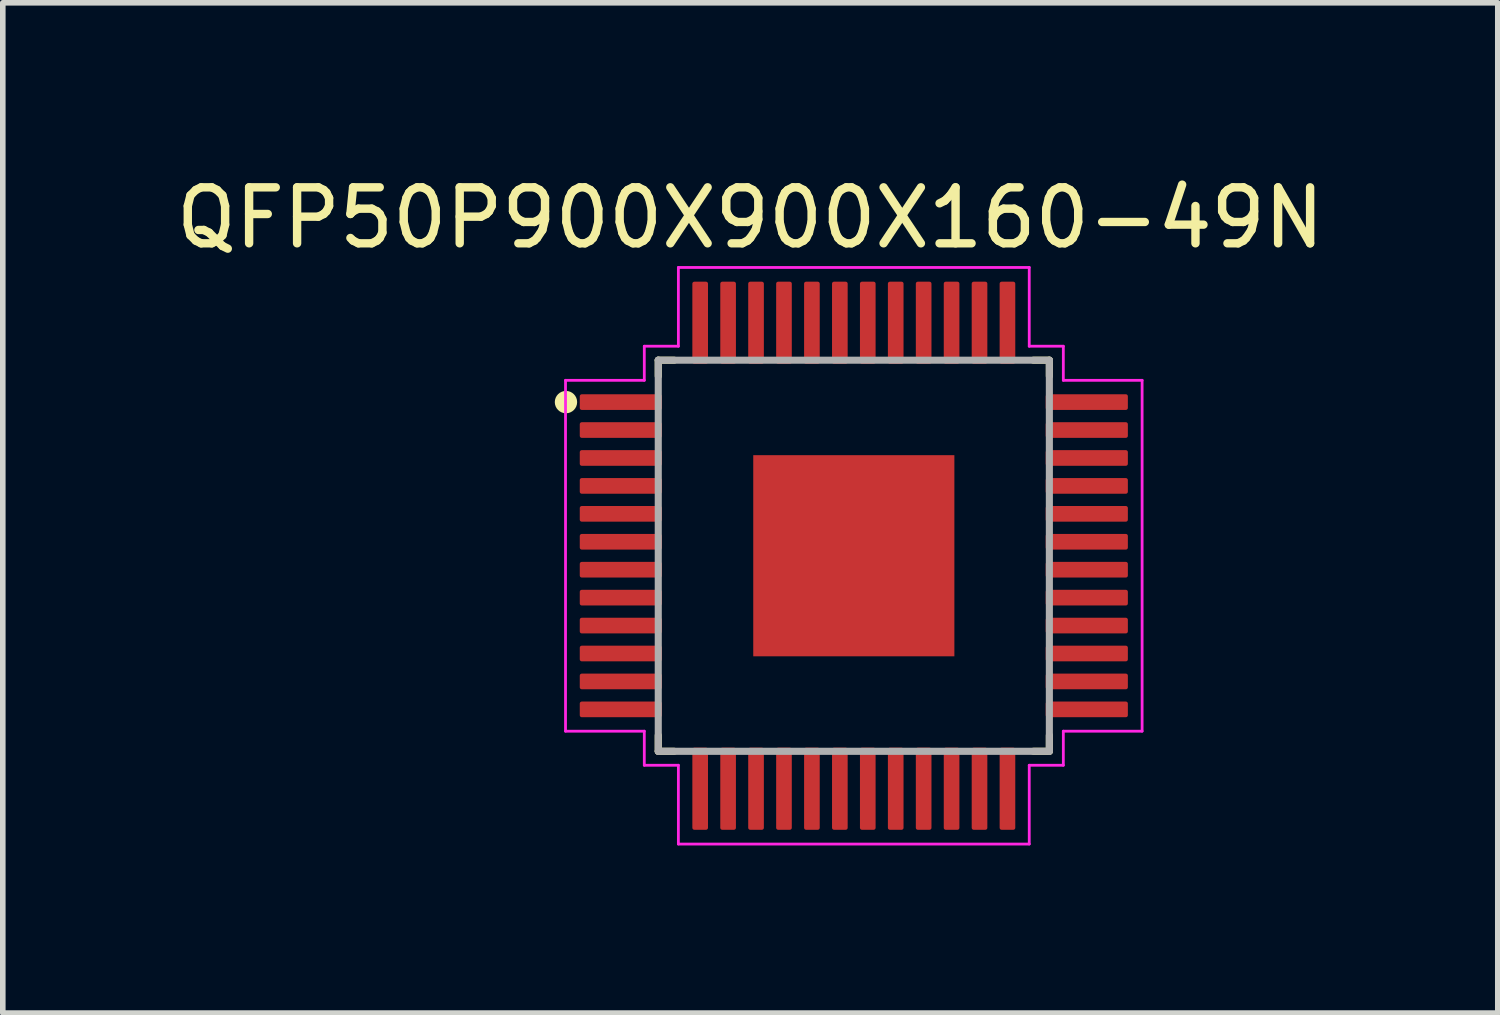
<source format=kicad_pcb>
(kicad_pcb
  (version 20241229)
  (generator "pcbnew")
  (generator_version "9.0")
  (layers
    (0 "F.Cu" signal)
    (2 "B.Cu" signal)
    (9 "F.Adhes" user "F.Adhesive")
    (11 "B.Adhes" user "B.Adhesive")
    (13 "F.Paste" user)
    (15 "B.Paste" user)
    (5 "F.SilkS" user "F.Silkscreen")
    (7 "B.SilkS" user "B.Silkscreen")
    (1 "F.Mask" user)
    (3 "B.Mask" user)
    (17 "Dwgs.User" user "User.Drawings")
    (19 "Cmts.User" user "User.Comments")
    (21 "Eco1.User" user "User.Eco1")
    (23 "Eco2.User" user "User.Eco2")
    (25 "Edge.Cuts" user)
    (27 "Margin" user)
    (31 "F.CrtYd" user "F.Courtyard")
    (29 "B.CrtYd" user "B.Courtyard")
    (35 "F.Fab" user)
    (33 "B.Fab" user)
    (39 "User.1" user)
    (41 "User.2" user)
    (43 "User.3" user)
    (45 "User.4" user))
  (footprint "QFP50P900X900X160-49N"
    (layer "F.Cu")
    (at 12.232 6.897)
    (property "Reference" "QFP50P900X900X160-49N" (at -1.853 -6.048 0) (layer "F.SilkS") (effects (font (size 1.002 1.002) (thickness 0.15))))
    (attr smd)
    (fp_line (start -3.5 -3.5) (end -3.5 -3.215) (stroke (width 0.127) (type solid)) (layer "F.SilkS"))
    (fp_line (start -3.5 -3.5) (end -3.215 -3.5) (stroke (width 0.127) (type solid)) (layer "F.SilkS"))
    (fp_line (start -3.5 3.5) (end -3.5 3.215) (stroke (width 0.127) (type solid)) (layer "F.SilkS"))
    (fp_line (start -3.5 3.5) (end -3.215 3.5) (stroke (width 0.127) (type solid)) (layer "F.SilkS"))
    (fp_line (start 3.5 -3.5) (end 3.215 -3.5) (stroke (width 0.127) (type solid)) (layer "F.SilkS"))
    (fp_line (start 3.5 -3.5) (end 3.5 -3.215) (stroke (width 0.127) (type solid)) (layer "F.SilkS"))
    (fp_line (start 3.5 3.5) (end 3.215 3.5) (stroke (width 0.127) (type solid)) (layer "F.SilkS"))
    (fp_line (start 3.5 3.5) (end 3.5 3.215) (stroke (width 0.127) (type solid)) (layer "F.SilkS"))
    (fp_circle (center -5.152 -2.75) (end -5.052 -2.75) (stroke (width 0.2) (type solid)) (fill no) (layer "F.SilkS"))
    (fp_poly (pts (xy -1.447 -1.445) (xy -0.175 -1.445) (xy -0.175 -0.175) (xy -1.447 -0.175)) (stroke (width 0.01) (type solid)) (fill yes) (layer "F.Paste"))
    (fp_poly (pts (xy -1.447 0.175) (xy -0.175 0.175) (xy -0.175 1.447) (xy -1.447 1.447)) (stroke (width 0.01) (type solid)) (fill yes) (layer "F.Paste"))
    (fp_poly (pts (xy 0.175 0.175) (xy 1.445 0.175) (xy 1.445 1.446) (xy 0.175 1.446)) (stroke (width 0.01) (type solid)) (fill yes) (layer "F.Paste"))
    (fp_poly (pts (xy 0.175 -1.445) (xy 1.445 -1.445) (xy 1.445 -0.175) (xy 0.175 -0.175)) (stroke (width 0.01) (type solid)) (fill yes) (layer "F.Paste"))
    (fp_line (start -5.16 -3.14) (end -3.75 -3.14) (stroke (width 0.05) (type solid)) (layer "F.CrtYd"))
    (fp_line (start -5.16 3.14) (end -5.16 -3.14) (stroke (width 0.05) (type solid)) (layer "F.CrtYd"))
    (fp_line (start -3.75 -3.75) (end -3.14 -3.75) (stroke (width 0.05) (type solid)) (layer "F.CrtYd"))
    (fp_line (start -3.75 -3.14) (end -3.75 -3.75) (stroke (width 0.05) (type solid)) (layer "F.CrtYd"))
    (fp_line (start -3.75 3.14) (end -5.16 3.14) (stroke (width 0.05) (type solid)) (layer "F.CrtYd"))
    (fp_line (start -3.75 3.75) (end -3.75 3.14) (stroke (width 0.05) (type solid)) (layer "F.CrtYd"))
    (fp_line (start -3.14 -5.16) (end 3.14 -5.16) (stroke (width 0.05) (type solid)) (layer "F.CrtYd"))
    (fp_line (start -3.14 -3.75) (end -3.14 -5.16) (stroke (width 0.05) (type solid)) (layer "F.CrtYd"))
    (fp_line (start -3.14 3.75) (end -3.75 3.75) (stroke (width 0.05) (type solid)) (layer "F.CrtYd"))
    (fp_line (start -3.14 5.16) (end -3.14 3.75) (stroke (width 0.05) (type solid)) (layer "F.CrtYd"))
    (fp_line (start 3.14 -5.16) (end 3.14 -3.75) (stroke (width 0.05) (type solid)) (layer "F.CrtYd"))
    (fp_line (start 3.14 -3.75) (end 3.75 -3.75) (stroke (width 0.05) (type solid)) (layer "F.CrtYd"))
    (fp_line (start 3.14 3.75) (end 3.14 5.16) (stroke (width 0.05) (type solid)) (layer "F.CrtYd"))
    (fp_line (start 3.14 5.16) (end -3.14 5.16) (stroke (width 0.05) (type solid)) (layer "F.CrtYd"))
    (fp_line (start 3.75 -3.75) (end 3.75 -3.14) (stroke (width 0.05) (type solid)) (layer "F.CrtYd"))
    (fp_line (start 3.75 -3.14) (end 5.16 -3.14) (stroke (width 0.05) (type solid)) (layer "F.CrtYd"))
    (fp_line (start 3.75 3.14) (end 3.75 3.75) (stroke (width 0.05) (type solid)) (layer "F.CrtYd"))
    (fp_line (start 3.75 3.75) (end 3.14 3.75) (stroke (width 0.05) (type solid)) (layer "F.CrtYd"))
    (fp_line (start 5.16 -3.14) (end 5.16 3.14) (stroke (width 0.05) (type solid)) (layer "F.CrtYd"))
    (fp_line (start 5.16 3.14) (end 3.75 3.14) (stroke (width 0.05) (type solid)) (layer "F.CrtYd"))
    (fp_line (start -3.5 3.5) (end -3.5 -3.5) (stroke (width 0.127) (type solid)) (layer "F.Fab"))
    (fp_line (start 3.5 -3.5) (end -3.5 -3.5) (stroke (width 0.127) (type solid)) (layer "F.Fab"))
    (fp_line (start 3.5 3.5) (end -3.5 3.5) (stroke (width 0.127) (type solid)) (layer "F.Fab"))
    (fp_line (start 3.5 3.5) (end 3.5 -3.5) (stroke (width 0.127) (type solid)) (layer "F.Fab"))
    (pad "1" smd roundrect (at -4.17 -2.75) (size 1.47 0.28) (layers "F.Cu" "F.Mask" "F.Paste") (roundrect_rratio 0.125))
    (pad "2" smd roundrect (at -4.17 -2.25) (size 1.47 0.28) (layers "F.Cu" "F.Mask" "F.Paste") (roundrect_rratio 0.125))
    (pad "3" smd roundrect (at -4.17 -1.75) (size 1.47 0.28) (layers "F.Cu" "F.Mask" "F.Paste") (roundrect_rratio 0.125))
    (pad "4" smd roundrect (at -4.17 -1.25) (size 1.47 0.28) (layers "F.Cu" "F.Mask" "F.Paste") (roundrect_rratio 0.125))
    (pad "5" smd roundrect (at -4.17 -0.75) (size 1.47 0.28) (layers "F.Cu" "F.Mask" "F.Paste") (roundrect_rratio 0.125))
    (pad "6" smd roundrect (at -4.17 -0.25) (size 1.47 0.28) (layers "F.Cu" "F.Mask" "F.Paste") (roundrect_rratio 0.125))
    (pad "7" smd roundrect (at -4.17 0.25) (size 1.47 0.28) (layers "F.Cu" "F.Mask" "F.Paste") (roundrect_rratio 0.125))
    (pad "8" smd roundrect (at -4.17 0.75) (size 1.47 0.28) (layers "F.Cu" "F.Mask" "F.Paste") (roundrect_rratio 0.125))
    (pad "9" smd roundrect (at -4.17 1.25) (size 1.47 0.28) (layers "F.Cu" "F.Mask" "F.Paste") (roundrect_rratio 0.125))
    (pad "10" smd roundrect (at -4.17 1.75) (size 1.47 0.28) (layers "F.Cu" "F.Mask" "F.Paste") (roundrect_rratio 0.125))
    (pad "11" smd roundrect (at -4.17 2.25) (size 1.47 0.28) (layers "F.Cu" "F.Mask" "F.Paste") (roundrect_rratio 0.125))
    (pad "12" smd roundrect (at -4.17 2.75) (size 1.47 0.28) (layers "F.Cu" "F.Mask" "F.Paste") (roundrect_rratio 0.125))
    (pad "13" smd roundrect (at -2.75 4.17) (size 0.28 1.47) (layers "F.Cu" "F.Mask" "F.Paste") (roundrect_rratio 0.125))
    (pad "14" smd roundrect (at -2.25 4.17) (size 0.28 1.47) (layers "F.Cu" "F.Mask" "F.Paste") (roundrect_rratio 0.125))
    (pad "15" smd roundrect (at -1.75 4.17) (size 0.28 1.47) (layers "F.Cu" "F.Mask" "F.Paste") (roundrect_rratio 0.125))
    (pad "16" smd roundrect (at -1.25 4.17) (size 0.28 1.47) (layers "F.Cu" "F.Mask" "F.Paste") (roundrect_rratio 0.125))
    (pad "17" smd roundrect (at -0.75 4.17) (size 0.28 1.47) (layers "F.Cu" "F.Mask" "F.Paste") (roundrect_rratio 0.125))
    (pad "18" smd roundrect (at -0.25 4.17) (size 0.28 1.47) (layers "F.Cu" "F.Mask" "F.Paste") (roundrect_rratio 0.125))
    (pad "19" smd roundrect (at 0.25 4.17) (size 0.28 1.47) (layers "F.Cu" "F.Mask" "F.Paste") (roundrect_rratio 0.125))
    (pad "20" smd roundrect (at 0.75 4.17) (size 0.28 1.47) (layers "F.Cu" "F.Mask" "F.Paste") (roundrect_rratio 0.125))
    (pad "21" smd roundrect (at 1.25 4.17) (size 0.28 1.47) (layers "F.Cu" "F.Mask" "F.Paste") (roundrect_rratio 0.125))
    (pad "22" smd roundrect (at 1.75 4.17) (size 0.28 1.47) (layers "F.Cu" "F.Mask" "F.Paste") (roundrect_rratio 0.125))
    (pad "23" smd roundrect (at 2.25 4.17) (size 0.28 1.47) (layers "F.Cu" "F.Mask" "F.Paste") (roundrect_rratio 0.125))
    (pad "24" smd roundrect (at 2.75 4.17) (size 0.28 1.47) (layers "F.Cu" "F.Mask" "F.Paste") (roundrect_rratio 0.125))
    (pad "25" smd roundrect (at 4.17 2.75) (size 1.47 0.28) (layers "F.Cu" "F.Mask" "F.Paste") (roundrect_rratio 0.125))
    (pad "26" smd roundrect (at 4.17 2.25) (size 1.47 0.28) (layers "F.Cu" "F.Mask" "F.Paste") (roundrect_rratio 0.125))
    (pad "27" smd roundrect (at 4.17 1.75) (size 1.47 0.28) (layers "F.Cu" "F.Mask" "F.Paste") (roundrect_rratio 0.125))
    (pad "28" smd roundrect (at 4.17 1.25) (size 1.47 0.28) (layers "F.Cu" "F.Mask" "F.Paste") (roundrect_rratio 0.125))
    (pad "29" smd roundrect (at 4.17 0.75) (size 1.47 0.28) (layers "F.Cu" "F.Mask" "F.Paste") (roundrect_rratio 0.125))
    (pad "30" smd roundrect (at 4.17 0.25) (size 1.47 0.28) (layers "F.Cu" "F.Mask" "F.Paste") (roundrect_rratio 0.125))
    (pad "31" smd roundrect (at 4.17 -0.25) (size 1.47 0.28) (layers "F.Cu" "F.Mask" "F.Paste") (roundrect_rratio 0.125))
    (pad "32" smd roundrect (at 4.17 -0.75) (size 1.47 0.28) (layers "F.Cu" "F.Mask" "F.Paste") (roundrect_rratio 0.125))
    (pad "33" smd roundrect (at 4.17 -1.25) (size 1.47 0.28) (layers "F.Cu" "F.Mask" "F.Paste") (roundrect_rratio 0.125))
    (pad "34" smd roundrect (at 4.17 -1.75) (size 1.47 0.28) (layers "F.Cu" "F.Mask" "F.Paste") (roundrect_rratio 0.125))
    (pad "35" smd roundrect (at 4.17 -2.25) (size 1.47 0.28) (layers "F.Cu" "F.Mask" "F.Paste") (roundrect_rratio 0.125))
    (pad "36" smd roundrect (at 4.17 -2.75) (size 1.47 0.28) (layers "F.Cu" "F.Mask" "F.Paste") (roundrect_rratio 0.125))
    (pad "37" smd roundrect (at 2.75 -4.17) (size 0.28 1.47) (layers "F.Cu" "F.Mask" "F.Paste") (roundrect_rratio 0.125))
    (pad "38" smd roundrect (at 2.25 -4.17) (size 0.28 1.47) (layers "F.Cu" "F.Mask" "F.Paste") (roundrect_rratio 0.125))
    (pad "39" smd roundrect (at 1.75 -4.17) (size 0.28 1.47) (layers "F.Cu" "F.Mask" "F.Paste") (roundrect_rratio 0.125))
    (pad "40" smd roundrect (at 1.25 -4.17) (size 0.28 1.47) (layers "F.Cu" "F.Mask" "F.Paste") (roundrect_rratio 0.125))
    (pad "41" smd roundrect (at 0.75 -4.17) (size 0.28 1.47) (layers "F.Cu" "F.Mask" "F.Paste") (roundrect_rratio 0.125))
    (pad "42" smd roundrect (at 0.25 -4.17) (size 0.28 1.47) (layers "F.Cu" "F.Mask" "F.Paste") (roundrect_rratio 0.125))
    (pad "43" smd roundrect (at -0.25 -4.17) (size 0.28 1.47) (layers "F.Cu" "F.Mask" "F.Paste") (roundrect_rratio 0.125))
    (pad "44" smd roundrect (at -0.75 -4.17) (size 0.28 1.47) (layers "F.Cu" "F.Mask" "F.Paste") (roundrect_rratio 0.125))
    (pad "45" smd roundrect (at -1.25 -4.17) (size 0.28 1.47) (layers "F.Cu" "F.Mask" "F.Paste") (roundrect_rratio 0.125))
    (pad "46" smd roundrect (at -1.75 -4.17) (size 0.28 1.47) (layers "F.Cu" "F.Mask" "F.Paste") (roundrect_rratio 0.125))
    (pad "47" smd roundrect (at -2.25 -4.17) (size 0.28 1.47) (layers "F.Cu" "F.Mask" "F.Paste") (roundrect_rratio 0.125))
    (pad "48" smd roundrect (at -2.75 -4.17) (size 0.28 1.47) (layers "F.Cu" "F.Mask" "F.Paste") (roundrect_rratio 0.125))
    (pad "49" smd rect (at 0 0) (size 3.6 3.6) (layers "F.Cu" "F.Mask")))
  (gr_rect
    (start -3 -3)
    (end 23.758 15.082)
    (stroke (width 0.1) (type default))
    (fill no)
    (layer "Edge.Cuts")))
</source>
